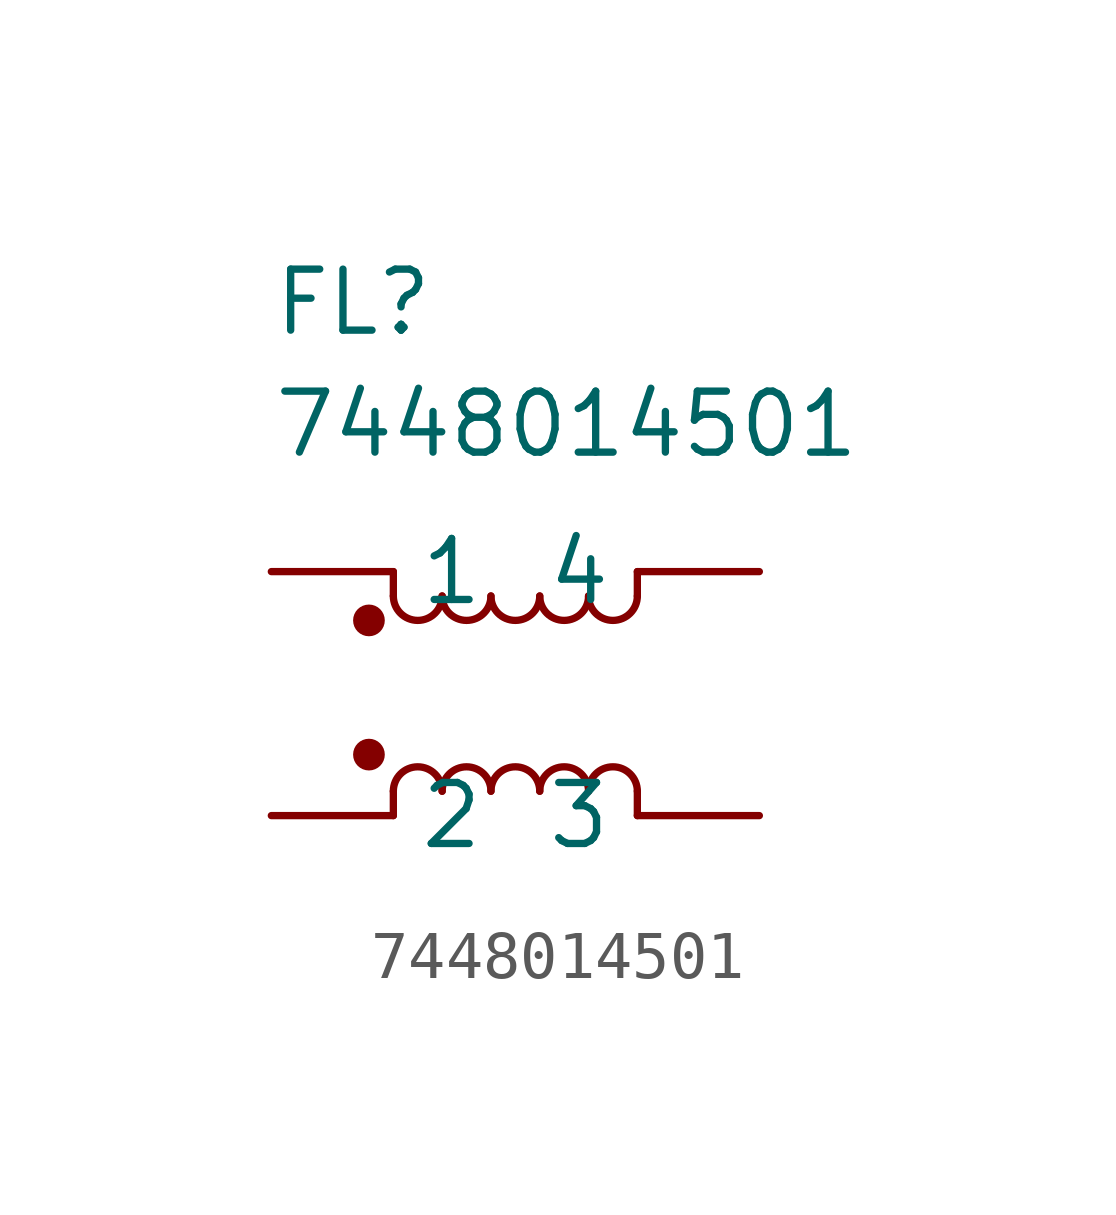
<source format=kicad_sym>
(kicad_symbol_lib
  (version 20220914)
  (generator kicad_symbol_editor)
  (symbol "7448014501"
    (pin_numbers hide)
    (property "Reference" "FL"
      (at -5.08 8.89 0)
      (effects (font (size 1.27 1.27)) (justify left top)))
    (property "Value" "7448014501"
      (at -5.08 6.35 0)
      (effects (font (size 1.27 1.27)) (justify left top)))
    (symbol "7448014501_0_1"
      (circle (center -3.048 -1.27) (radius 0.254) (stroke (width 0) (type default)) (fill (type outline)))
      (circle (center -3.048 1.524) (radius 0.254) (stroke (width 0) (type default)) (fill (type outline)))
      (arc (start -2.54 2.032) (mid -2.032 1.5262) (end -1.524 2.032) (stroke (width 0) (type default)) (fill (type none)))
      (arc (start -1.524 -2.032) (mid -2.032 -1.5262) (end -2.54 -2.032) (stroke (width 0) (type default)) (fill (type none)))
      (arc (start -1.524 2.032) (mid -1.016 1.5262) (end -0.508 2.032) (stroke (width 0) (type default)) (fill (type none)))
      (arc (start -0.508 -2.032) (mid -1.016 -1.5262) (end -1.524 -2.032) (stroke (width 0) (type default)) (fill (type none)))
      (arc (start -0.508 2.032) (mid 0 1.5262) (end 0.508 2.032) (stroke (width 0) (type default)) (fill (type none)))
      (polyline (pts (xy -2.54 -2.032) (xy -2.54 -2.54)) (stroke (width 0) (type default)) (fill (type none)))
      (polyline (pts (xy -2.54 2.032) (xy -2.54 2.54)) (stroke (width 0) (type default)) (fill (type none)))
      (polyline (pts (xy 2.54 -2.032) (xy 2.54 -2.54)) (stroke (width 0) (type default)) (fill (type none)))
      (polyline (pts (xy 2.54 2.54) (xy 2.54 2.032)) (stroke (width 0) (type default)) (fill (type none)))
      (arc (start 0.508 -2.032) (mid 0 -1.5262) (end -0.508 -2.032) (stroke (width 0) (type default)) (fill (type none)))
      (arc (start 0.508 2.032) (mid 1.016 1.5262) (end 1.524 2.032) (stroke (width 0) (type default)) (fill (type none)))
      (arc (start 1.524 -2.032) (mid 1.016 -1.5262) (end 0.508 -2.032) (stroke (width 0) (type default)) (fill (type none)))
      (arc (start 1.524 2.032) (mid 2.032 1.5262) (end 2.54 2.032) (stroke (width 0) (type default)) (fill (type none)))
      (arc (start 2.54 -2.032) (mid 2.032 -1.5262) (end 1.524 -2.032) (stroke (width 0) (type default)) (fill (type none))))
    (symbol "7448014501_1_1"
      (pin passive line (at -5.08 2.54 0) (length 2.54) (name "1" (effects (font (size 1.27 1.27)))) (number "1" (effects (font (size 1.27 1.27)))))
      (pin passive line (at -5.08 -2.54 0) (length 2.54) (name "2" (effects (font (size 1.27 1.27)))) (number "2" (effects (font (size 1.27 1.27)))))
      (pin passive line (at 5.08 -2.54 180) (length 2.54) (name "3" (effects (font (size 1.27 1.27)))) (number "3" (effects (font (size 1.27 1.27)))))
      (pin passive line (at 5.08 2.54 180) (length 2.54) (name "4" (effects (font (size 1.27 1.27)))) (number "4" (effects (font (size 1.27 1.27))))))))
</source>
